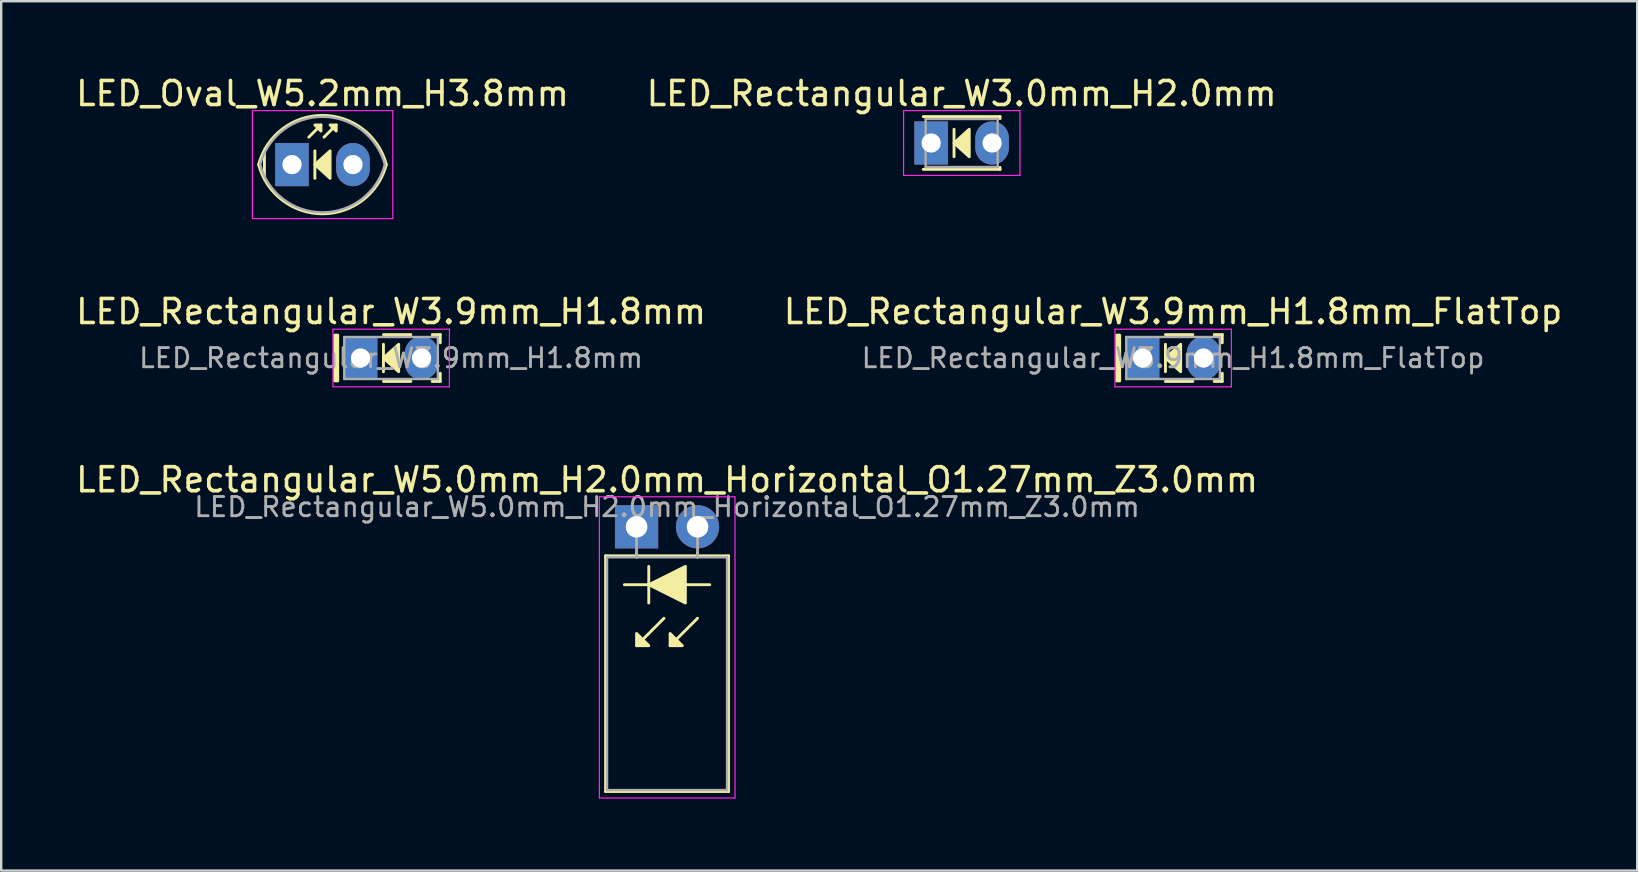
<source format=kicad_pcb>
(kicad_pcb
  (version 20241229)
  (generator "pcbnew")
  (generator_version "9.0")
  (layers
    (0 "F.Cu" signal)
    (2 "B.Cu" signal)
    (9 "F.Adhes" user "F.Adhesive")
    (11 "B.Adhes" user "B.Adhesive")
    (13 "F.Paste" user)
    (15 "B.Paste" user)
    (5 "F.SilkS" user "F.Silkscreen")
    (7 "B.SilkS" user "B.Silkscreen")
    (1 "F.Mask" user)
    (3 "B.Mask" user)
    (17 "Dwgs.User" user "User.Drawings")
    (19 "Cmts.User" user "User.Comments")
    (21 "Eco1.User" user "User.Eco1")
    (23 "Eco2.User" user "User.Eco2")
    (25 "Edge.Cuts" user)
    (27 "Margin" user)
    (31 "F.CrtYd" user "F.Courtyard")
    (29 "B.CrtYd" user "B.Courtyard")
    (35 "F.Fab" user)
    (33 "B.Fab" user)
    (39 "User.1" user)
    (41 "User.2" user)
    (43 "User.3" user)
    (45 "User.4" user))
  (footprint "LED_Rectangular_W5.0mm_H2.0mm_Horizontal_O1.27mm_Z3.0mm"
    (layer "F.Cu")
    (at 23.474 18.9)
    (property "Reference" "LED_Rectangular_W5.0mm_H2.0mm_Horizontal_O1.27mm_Z3.0mm" (at 1.27 -1.96 0) (layer "F.SilkS") (effects (font (size 1 1) (thickness 0.15))))
    (fp_line (start -1.29 1.21) (end -1.29 11.03) (stroke (width 0.12) (type solid)) (layer "F.SilkS"))
    (fp_line (start -1.29 11.03) (end 3.83 11.03) (stroke (width 0.12) (type solid)) (layer "F.SilkS"))
    (fp_line (start 0 1.08) (end 0 1.08) (stroke (width 0.12) (type solid)) (layer "F.SilkS"))
    (fp_line (start 0 1.08) (end 0 1.21) (stroke (width 0.12) (type solid)) (layer "F.SilkS"))
    (fp_line (start 0 1.21) (end 0 1.08) (stroke (width 0.12) (type solid)) (layer "F.SilkS"))
    (fp_line (start 0 1.21) (end 0 1.21) (stroke (width 0.12) (type solid)) (layer "F.SilkS"))
    (fp_line (start 0.508 1.651) (end 0.508 3.175) (stroke (width 0.12) (type solid)) (layer "F.SilkS"))
    (fp_line (start 0.508 2.413) (end -0.508 2.413) (stroke (width 0.12) (type solid)) (layer "F.SilkS"))
    (fp_line (start 1.143 3.81) (end 0 4.953) (stroke (width 0.12) (type solid)) (layer "F.SilkS"))
    (fp_line (start 2.54 1.08) (end 2.54 1.08) (stroke (width 0.12) (type solid)) (layer "F.SilkS"))
    (fp_line (start 2.54 1.08) (end 2.54 1.21) (stroke (width 0.12) (type solid)) (layer "F.SilkS"))
    (fp_line (start 2.54 1.21) (end 2.54 1.08) (stroke (width 0.12) (type solid)) (layer "F.SilkS"))
    (fp_line (start 2.54 1.21) (end 2.54 1.21) (stroke (width 0.12) (type solid)) (layer "F.SilkS"))
    (fp_line (start 2.54 3.81) (end 1.397 4.953) (stroke (width 0.12) (type solid)) (layer "F.SilkS"))
    (fp_line (start 3.048 2.413) (end 2.032 2.413) (stroke (width 0.12) (type solid)) (layer "F.SilkS"))
    (fp_line (start 3.83 1.21) (end -1.29 1.21) (stroke (width 0.12) (type solid)) (layer "F.SilkS"))
    (fp_line (start 3.83 11.03) (end 3.83 1.21) (stroke (width 0.12) (type solid)) (layer "F.SilkS"))
    (fp_poly (pts (xy 0 4.445) (xy 0.508 4.953) (xy 0 4.953)) (stroke (width 0.12) (type solid)) (fill yes) (layer "F.SilkS"))
    (fp_poly (pts (xy 1.397 4.445) (xy 1.905 4.953) (xy 1.397 4.953)) (stroke (width 0.12) (type solid)) (fill yes) (layer "F.SilkS"))
    (fp_poly (pts (xy 2.032 3.175) (xy 0.508 2.413) (xy 2.032 1.651)) (stroke (width 0.12) (type solid)) (fill yes) (layer "F.SilkS"))
    (fp_line (start -1.55 -1.25) (end -1.55 11.3) (stroke (width 0.05) (type solid)) (layer "F.CrtYd"))
    (fp_line (start -1.55 11.3) (end 4.1 11.3) (stroke (width 0.05) (type solid)) (layer "F.CrtYd"))
    (fp_line (start 4.1 -1.25) (end -1.55 -1.25) (stroke (width 0.05) (type solid)) (layer "F.CrtYd"))
    (fp_line (start 4.1 11.3) (end 4.1 -1.25) (stroke (width 0.05) (type solid)) (layer "F.CrtYd"))
    (fp_line (start -1.23 1.27) (end -1.23 10.97) (stroke (width 0.1) (type solid)) (layer "F.Fab"))
    (fp_line (start -1.23 10.97) (end 3.77 10.97) (stroke (width 0.1) (type solid)) (layer "F.Fab"))
    (fp_line (start 0 0) (end 0 0) (stroke (width 0.1) (type solid)) (layer "F.Fab"))
    (fp_line (start 0 0) (end 0 1.27) (stroke (width 0.1) (type solid)) (layer "F.Fab"))
    (fp_line (start 0 1.27) (end 0 0) (stroke (width 0.1) (type solid)) (layer "F.Fab"))
    (fp_line (start 0 1.27) (end 0 1.27) (stroke (width 0.1) (type solid)) (layer "F.Fab"))
    (fp_line (start 2.54 0) (end 2.54 0) (stroke (width 0.1) (type solid)) (layer "F.Fab"))
    (fp_line (start 2.54 0) (end 2.54 1.27) (stroke (width 0.1) (type solid)) (layer "F.Fab"))
    (fp_line (start 2.54 1.27) (end 2.54 0) (stroke (width 0.1) (type solid)) (layer "F.Fab"))
    (fp_line (start 2.54 1.27) (end 2.54 1.27) (stroke (width 0.1) (type solid)) (layer "F.Fab"))
    (fp_line (start 3.77 1.27) (end -1.23 1.27) (stroke (width 0.1) (type solid)) (layer "F.Fab"))
    (fp_line (start 3.77 10.97) (end 3.77 1.27) (stroke (width 0.1) (type solid)) (layer "F.Fab"))
    (fp_text user "${REFERENCE}" (at 1.27 -0.826 0) (layer "F.Fab") (effects (font (size 0.8 0.8) (thickness 0.12))))
    (pad "1" thru_hole rect (at 0 0) (size 1.8 1.8) (drill 0.9) (layers "*.Cu" "*.Mask"))
    (pad "2" thru_hole circle (at 2.54 0) (size 1.8 1.8) (drill 0.9) (layers "*.Cu" "*.Mask")))
  (footprint "LED_Oval_W5.2mm_H3.8mm"
    (layer "F.Cu")
    (at 9.117 3.808)
    (property "Reference" "LED_Oval_W5.2mm_H3.8mm" (at 1.27 -2.96 0) (layer "F.SilkS") (effects (font (size 1 1) (thickness 0.15))))
    (fp_line (start -1.15 -0.572) (end -1.15 0.572) (stroke (width 0.12) (type solid)) (layer "F.SilkS"))
    (fp_line (start 0.699 -1.143) (end 1.206 -1.651) (stroke (width 0.12) (type solid)) (layer "F.SilkS"))
    (fp_line (start 0.953 -0.572) (end 0.953 0.572) (stroke (width 0.12) (type solid)) (layer "F.SilkS"))
    (fp_line (start 1.333 -1.143) (end 1.841 -1.651) (stroke (width 0.12) (type solid)) (layer "F.SilkS"))
    (fp_arc (start -1.39 0) (mid 1.269691 -2.050564) (end 3.929843 -0.000598) (stroke (width 0.12) (type solid)) (layer "F.SilkS"))
    (fp_arc (start 3.929843 0.000598) (mid 1.269691 2.050564) (end -1.39 0) (stroke (width 0.12) (type solid)) (layer "F.SilkS"))
    (fp_poly (pts (xy 1.206 -1.397) (xy 0.953 -1.651) (xy 1.206 -1.651)) (stroke (width 0.12) (type solid)) (fill yes) (layer "F.SilkS"))
    (fp_poly (pts (xy 1.587 0.572) (xy 0.953 0) (xy 1.587 -0.572)) (stroke (width 0.12) (type solid)) (fill yes) (layer "F.SilkS"))
    (fp_poly (pts (xy 1.841 -1.397) (xy 1.587 -1.651) (xy 1.841 -1.651)) (stroke (width 0.12) (type solid)) (fill yes) (layer "F.SilkS"))
    (fp_line (start -1.65 -2.25) (end -1.65 2.25) (stroke (width 0.05) (type solid)) (layer "F.CrtYd"))
    (fp_line (start -1.65 2.25) (end 4.2 2.25) (stroke (width 0.05) (type solid)) (layer "F.CrtYd"))
    (fp_line (start 4.2 -2.25) (end -1.65 -2.25) (stroke (width 0.05) (type solid)) (layer "F.CrtYd"))
    (fp_line (start 4.2 2.25) (end 4.2 -2.25) (stroke (width 0.05) (type solid)) (layer "F.CrtYd"))
    (fp_arc (start -1.33 0) (mid 1.270869 -1.992582) (end 3.870451 0.001678) (stroke (width 0.1) (type solid)) (layer "F.Fab"))
    (fp_arc (start 3.870451 -0.001678) (mid 1.270869 1.992582) (end -1.33 0) (stroke (width 0.1) (type solid)) (layer "F.Fab"))
    (pad "1" thru_hole rect (at 0 0) (size 1.4 1.8) (drill 0.8) (layers "*.Cu" "*.Mask"))
    (pad "2" thru_hole oval (at 2.54 0) (size 1.4 1.8) (drill 0.8) (layers "*.Cu" "*.Mask")))
  (footprint "LED_Rectangular_W3.0mm_H2.0mm"
    (layer "F.Cu")
    (at 35.748 2.908)
    (property "Reference" "LED_Rectangular_W3.0mm_H2.0mm" (at 1.27 -2.06 0) (layer "F.SilkS") (effects (font (size 1 1) (thickness 0.15))))
    (fp_line (start -0.33 -1.1) (end 2.87 -1.1) (stroke (width 0.12) (type solid)) (layer "F.SilkS"))
    (fp_line (start -0.33 1.1) (end 2.87 1.1) (stroke (width 0.12) (type solid)) (layer "F.SilkS"))
    (fp_line (start 0.953 -0.572) (end 0.953 0.572) (stroke (width 0.12) (type solid)) (layer "F.SilkS"))
    (fp_line (start 2.87 -1.1) (end 2.87 -1.016) (stroke (width 0.12) (type solid)) (layer "F.SilkS"))
    (fp_line (start 2.87 1.1) (end 2.87 1.016) (stroke (width 0.12) (type solid)) (layer "F.SilkS"))
    (fp_poly (pts (xy 1.587 0.572) (xy 0.953 0) (xy 1.587 -0.572)) (stroke (width 0.12) (type solid)) (fill yes) (layer "F.SilkS"))
    (fp_line (start -1.15 -1.35) (end -1.15 1.35) (stroke (width 0.05) (type solid)) (layer "F.CrtYd"))
    (fp_line (start -1.15 1.35) (end 3.7 1.35) (stroke (width 0.05) (type solid)) (layer "F.CrtYd"))
    (fp_line (start 3.7 -1.35) (end -1.15 -1.35) (stroke (width 0.05) (type solid)) (layer "F.CrtYd"))
    (fp_line (start 3.7 1.35) (end 3.7 -1.35) (stroke (width 0.05) (type solid)) (layer "F.CrtYd"))
    (fp_line (start -0.23 -1) (end -0.23 1) (stroke (width 0.1) (type solid)) (layer "F.Fab"))
    (fp_line (start -0.23 1) (end 2.77 1) (stroke (width 0.1) (type solid)) (layer "F.Fab"))
    (fp_line (start 2.77 -1) (end -0.23 -1) (stroke (width 0.1) (type solid)) (layer "F.Fab"))
    (fp_line (start 2.77 1) (end 2.77 -1) (stroke (width 0.1) (type solid)) (layer "F.Fab"))
    (pad "1" thru_hole rect (at 0 0) (size 1.4 1.8) (drill 0.8) (layers "*.Cu" "*.Mask"))
    (pad "2" thru_hole oval (at 2.54 0) (size 1.4 1.8) (drill 0.8) (layers "*.Cu" "*.Mask")))
  (footprint "LED_Rectangular_W3.9mm_H1.8mm_FlatTop"
    (layer "F.Cu")
    (at 44.557 11.867)
    (property "Reference" "LED_Rectangular_W3.9mm_H1.8mm_FlatTop" (at 1.27 -1.935 0) (layer "F.SilkS") (effects (font (size 1 1) (thickness 0.15))))
    (fp_line (start 0.953 -0.572) (end 0.953 0.572) (stroke (width 0.12) (type solid)) (layer "F.SilkS"))
    (fp_line (start 2.095 -0.975) (end 0.953 -0.975) (stroke (width 0.12) (type solid)) (layer "F.SilkS"))
    (fp_line (start 2.095 0.975) (end 0.953 0.975) (stroke (width 0.12) (type solid)) (layer "F.SilkS"))
    (fp_line (start 2.985 -0.975) (end 3.32 -0.975) (stroke (width 0.12) (type solid)) (layer "F.SilkS"))
    (fp_line (start 3.32 -0.975) (end 3.32 -0.635) (stroke (width 0.12) (type solid)) (layer "F.SilkS"))
    (fp_line (start 3.32 0.975) (end 2.985 0.975) (stroke (width 0.12) (type solid)) (layer "F.SilkS"))
    (fp_line (start 3.32 0.975) (end 3.32 0.635) (stroke (width 0.12) (type solid)) (layer "F.SilkS"))
    (fp_rect (start -1.079 -0.953) (end -0.953 0.953) (stroke (width 0.12) (type solid)) (fill yes) (layer "F.SilkS"))
    (fp_poly (pts (xy 1.587 0.572) (xy 0.953 0) (xy 1.587 -0.572)) (stroke (width 0.12) (type solid)) (fill yes) (layer "F.SilkS"))
    (fp_line (start -1.15 -1.2) (end -1.15 1.2) (stroke (width 0.05) (type solid)) (layer "F.CrtYd"))
    (fp_line (start -1.15 1.2) (end 3.7 1.2) (stroke (width 0.05) (type solid)) (layer "F.CrtYd"))
    (fp_line (start 3.7 -1.2) (end -1.15 -1.2) (stroke (width 0.05) (type solid)) (layer "F.CrtYd"))
    (fp_line (start 3.7 1.2) (end 3.7 -1.2) (stroke (width 0.05) (type solid)) (layer "F.CrtYd"))
    (fp_line (start -0.68 -0.875) (end -0.68 0.875) (stroke (width 0.1) (type solid)) (layer "F.Fab"))
    (fp_line (start -0.68 0.875) (end 3.22 0.875) (stroke (width 0.1) (type solid)) (layer "F.Fab"))
    (fp_line (start 3.22 -0.875) (end -0.68 -0.875) (stroke (width 0.1) (type solid)) (layer "F.Fab"))
    (fp_line (start 3.22 0.875) (end 3.22 -0.875) (stroke (width 0.1) (type solid)) (layer "F.Fab"))
    (fp_text user "${REFERENCE}" (at 1.27 0 0) (layer "F.Fab") (effects (font (size 0.8 0.8) (thickness 0.12))))
    (pad "1" thru_hole rect (at 0 0) (size 1.4 1.8) (drill 0.8) (layers "*.Cu" "*.Mask"))
    (pad "2" thru_hole oval (at 2.54 0) (size 1.4 1.8) (drill 0.8) (layers "*.Cu" "*.Mask")))
  (footprint "LED_Rectangular_W3.9mm_H1.8mm"
    (layer "F.Cu")
    (at 11.974 11.867)
    (property "Reference" "LED_Rectangular_W3.9mm_H1.8mm" (at 1.27 -1.935 0) (layer "F.SilkS") (effects (font (size 1 1) (thickness 0.15))))
    (fp_line (start 0.953 -0.572) (end 0.953 0.572) (stroke (width 0.12) (type solid)) (layer "F.SilkS"))
    (fp_line (start 2.095 -0.975) (end 0.953 -0.975) (stroke (width 0.12) (type solid)) (layer "F.SilkS"))
    (fp_line (start 2.095 0.975) (end 0.953 0.975) (stroke (width 0.12) (type solid)) (layer "F.SilkS"))
    (fp_line (start 2.985 -0.975) (end 3.32 -0.975) (stroke (width 0.12) (type solid)) (layer "F.SilkS"))
    (fp_line (start 3.32 -0.975) (end 3.32 -0.635) (stroke (width 0.12) (type solid)) (layer "F.SilkS"))
    (fp_line (start 3.32 0.975) (end 2.985 0.975) (stroke (width 0.12) (type solid)) (layer "F.SilkS"))
    (fp_line (start 3.32 0.975) (end 3.32 0.635) (stroke (width 0.12) (type solid)) (layer "F.SilkS"))
    (fp_rect (start -1.079 -0.953) (end -0.953 0.953) (stroke (width 0.12) (type solid)) (fill yes) (layer "F.SilkS"))
    (fp_poly (pts (xy 1.587 0.572) (xy 0.953 0) (xy 1.587 -0.572)) (stroke (width 0.12) (type solid)) (fill yes) (layer "F.SilkS"))
    (fp_line (start -1.15 -1.2) (end -1.15 1.2) (stroke (width 0.05) (type solid)) (layer "F.CrtYd"))
    (fp_line (start -1.15 1.2) (end 3.7 1.2) (stroke (width 0.05) (type solid)) (layer "F.CrtYd"))
    (fp_line (start 3.7 -1.2) (end -1.15 -1.2) (stroke (width 0.05) (type solid)) (layer "F.CrtYd"))
    (fp_line (start 3.7 1.2) (end 3.7 -1.2) (stroke (width 0.05) (type solid)) (layer "F.CrtYd"))
    (fp_line (start -0.68 -0.875) (end -0.68 0.875) (stroke (width 0.1) (type solid)) (layer "F.Fab"))
    (fp_line (start -0.68 0.875) (end 3.22 0.875) (stroke (width 0.1) (type solid)) (layer "F.Fab"))
    (fp_line (start 3.22 -0.875) (end -0.68 -0.875) (stroke (width 0.1) (type solid)) (layer "F.Fab"))
    (fp_line (start 3.22 0.875) (end 3.22 -0.875) (stroke (width 0.1) (type solid)) (layer "F.Fab"))
    (fp_text user "${REFERENCE}" (at 1.27 0 0) (layer "F.Fab") (effects (font (size 0.8 0.8) (thickness 0.12))))
    (pad "1" thru_hole rect (at 0 0) (size 1.4 1.8) (drill 0.8) (layers "*.Cu" "*.Mask"))
    (pad "2" thru_hole oval (at 2.54 0) (size 1.4 1.8) (drill 0.8) (layers "*.Cu" "*.Mask")))
  (gr_rect
    (start -3 -3)
    (end 65.167 33.225)
    (stroke (width 0.1) (type default))
    (fill no)
    (layer "Edge.Cuts")))
</source>
